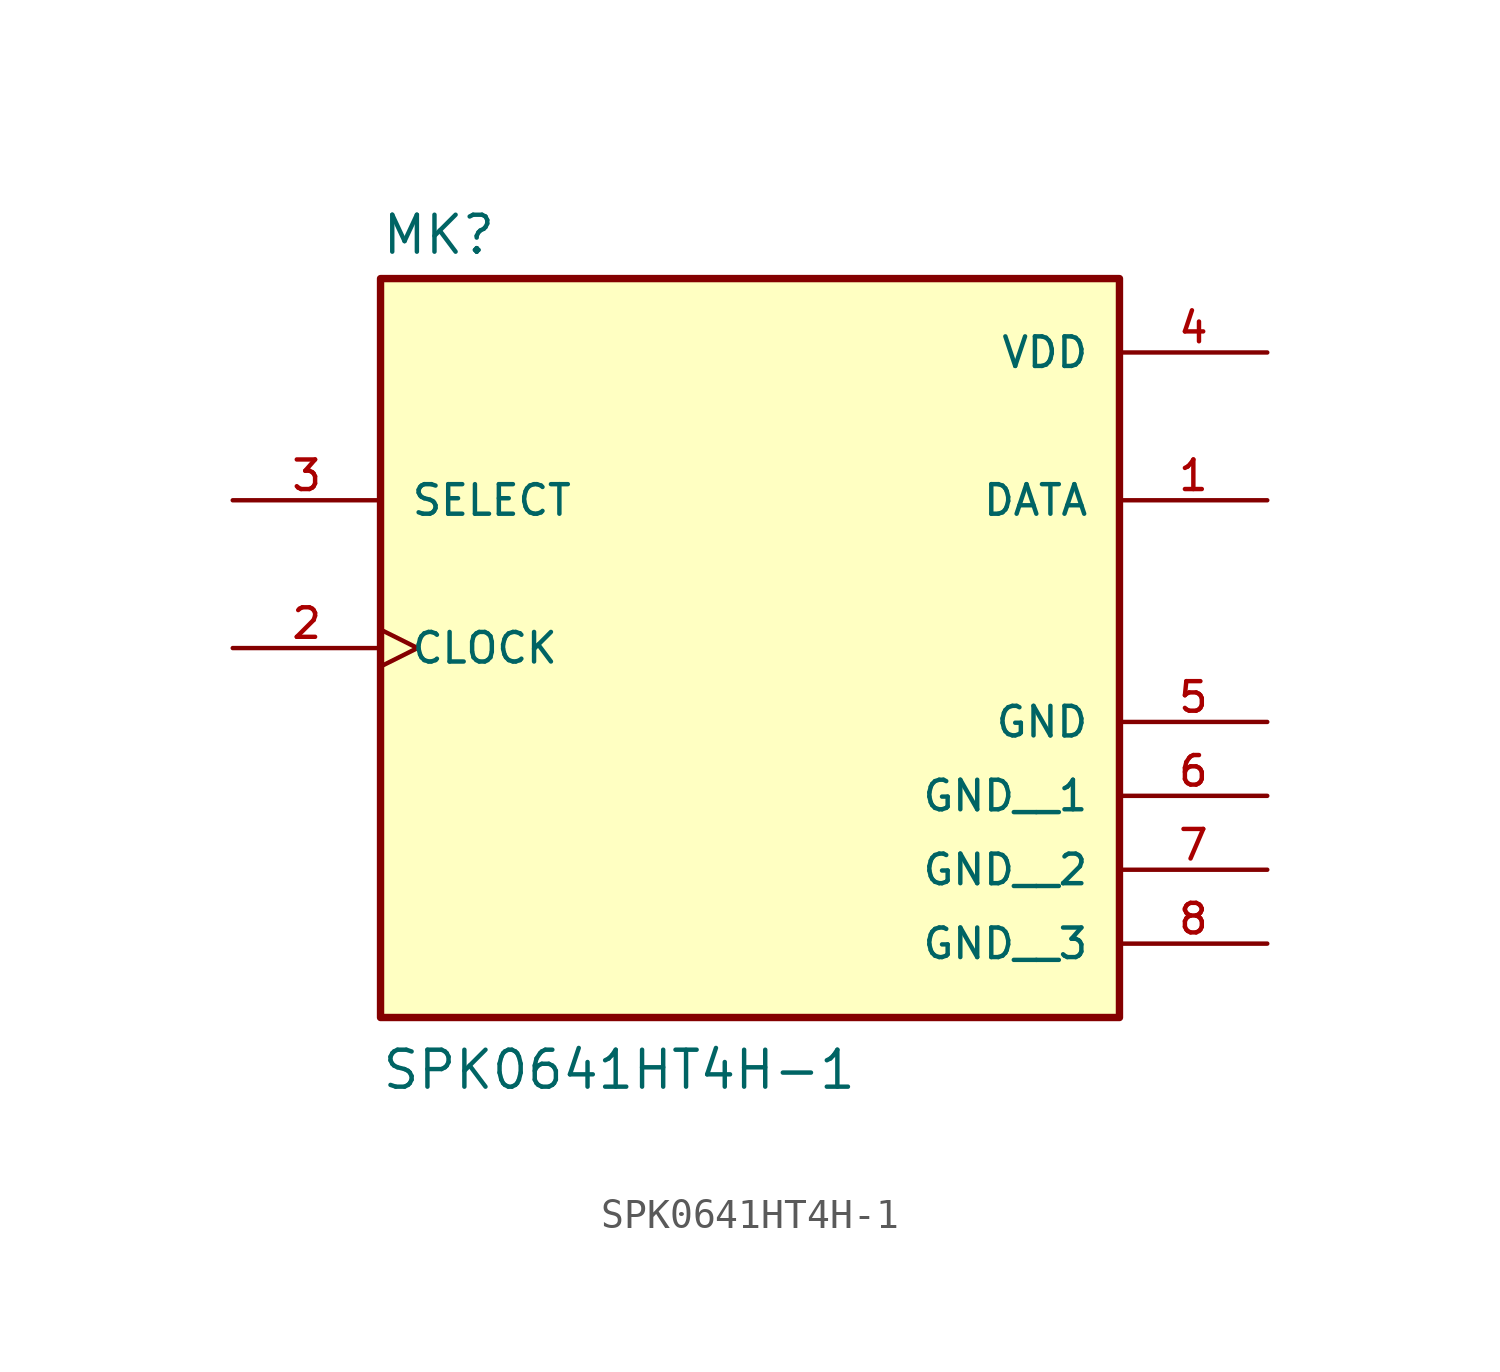
<source format=kicad_sym>
(kicad_symbol_lib
  (version 20231120)
  (generator "kicad_symbol_editor")
  (generator_version "8.0")
  (symbol "SPK0641HT4H-1"
    (pin_names
      (offset 1.016))
    (property "Reference" "MK"
      (at -12.7 10.922 0)
      (effects (font (size 1.27 1.27)) (justify left bottom)))
    (property "Value" "SPK0641HT4H-1"
      (at -12.7 -17.78 0)
      (effects (font (size 1.27 1.27)) (justify left bottom)))
    (symbol "SPK0641HT4H-1_0_0"
      (rectangle (start -12.7 10.16) (end 12.7 -15.24) (stroke (width 0.254) (type default)) (fill (type background)))
      (pin output line (at 17.78 2.54 180) (length 5.08) (name "DATA" (effects (font (size 1.016 1.016)))) (number "1" (effects (font (size 1.016 1.016)))))
      (pin input clock (at -17.78 -2.54 0) (length 5.08) (name "CLOCK" (effects (font (size 1.016 1.016)))) (number "2" (effects (font (size 1.016 1.016)))))
      (pin input line (at -17.78 2.54 0) (length 5.08) (name "SELECT" (effects (font (size 1.016 1.016)))) (number "3" (effects (font (size 1.016 1.016)))))
      (pin power_in line (at 17.78 7.62 180) (length 5.08) (name "VDD" (effects (font (size 1.016 1.016)))) (number "4" (effects (font (size 1.016 1.016)))))
      (pin power_in line (at 17.78 -5.08 180) (length 5.08) (name "GND" (effects (font (size 1.016 1.016)))) (number "5" (effects (font (size 1.016 1.016)))))
      (pin power_in line (at 17.78 -7.62 180) (length 5.08) (name "GND__1" (effects (font (size 1.016 1.016)))) (number "6" (effects (font (size 1.016 1.016)))))
      (pin power_in line (at 17.78 -10.16 180) (length 5.08) (name "GND__2" (effects (font (size 1.016 1.016)))) (number "7" (effects (font (size 1.016 1.016)))))
      (pin power_in line (at 17.78 -12.7 180) (length 5.08) (name "GND__3" (effects (font (size 1.016 1.016)))) (number "8" (effects (font (size 1.016 1.016))))))))
</source>
